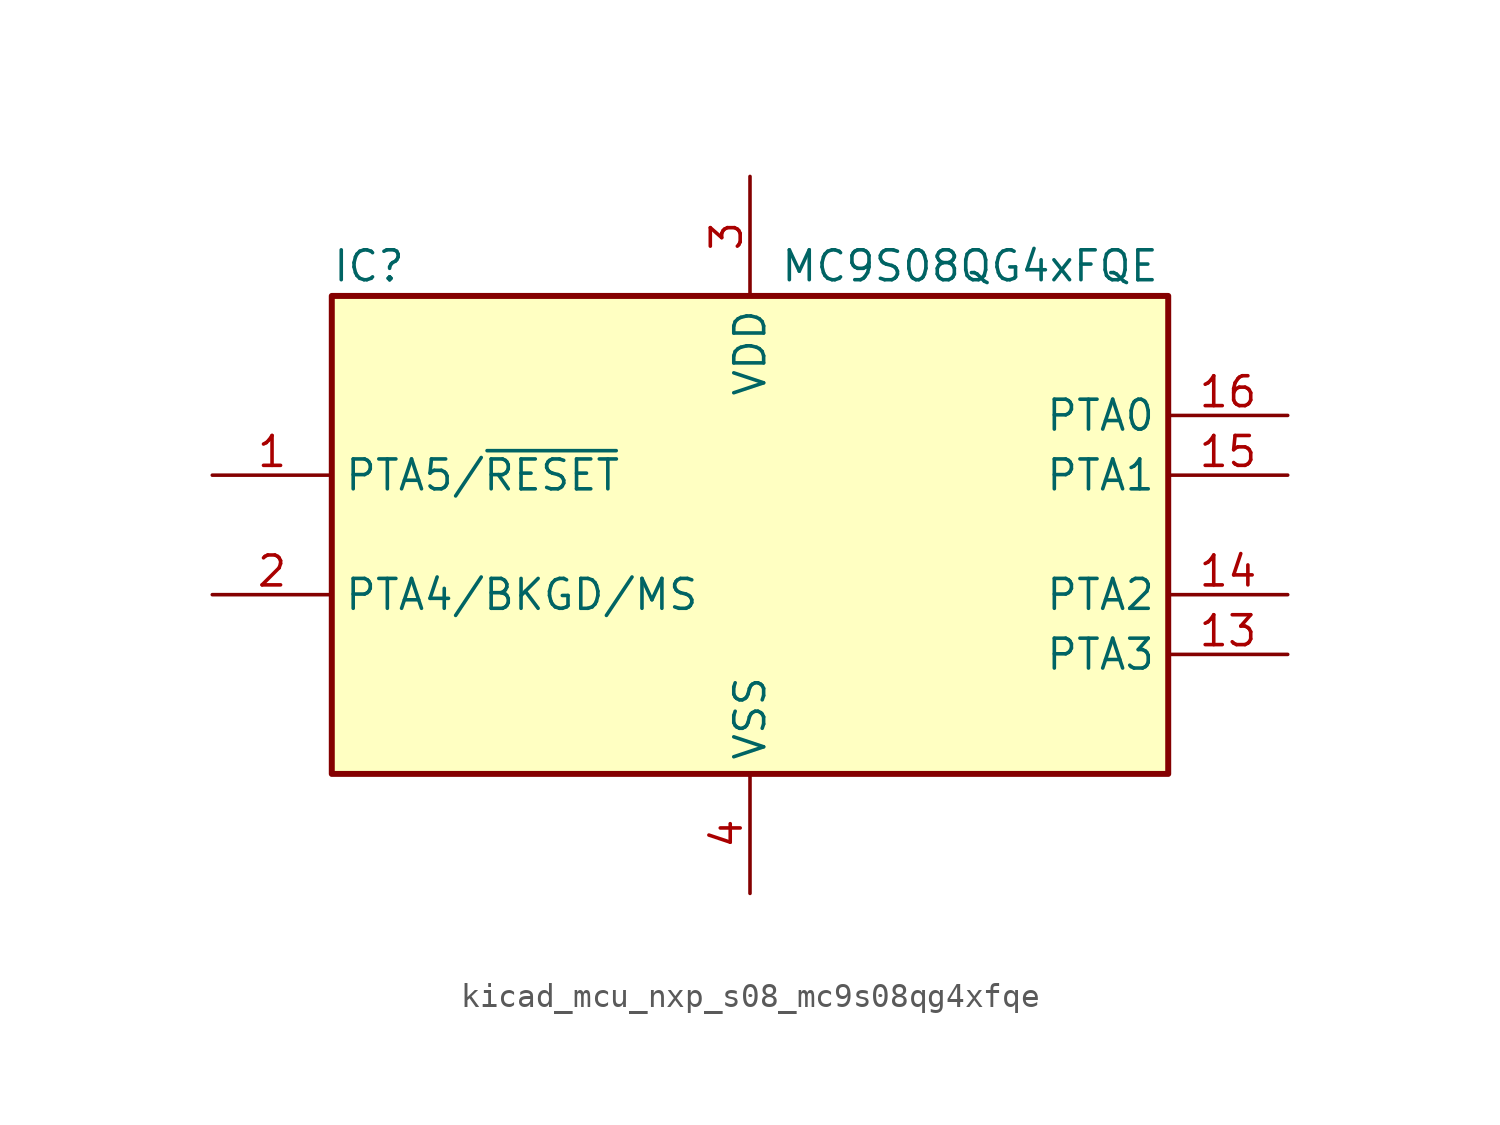
<source format=kicad_sym>
(kicad_symbol_lib
  (version 20220914)
  (generator kicad_symbol_editor)
  (symbol "kicad_mcu_nxp_s08_mc9s08qg4xfqe"
    (property "Reference" "IC"
      (at -17.78 11.43 0)
      (effects (font (size 1.27 1.27)) (justify left)))
    (property "Value" "MC9S08QG4xFQE"
      (at 1.27 11.43 0)
      (effects (font (size 1.27 1.27)) (justify left)))
    (symbol "kicad_mcu_nxp_s08_mc9s08qg4xfqe_0_1"
      (rectangle (start -17.78 10.16) (end 17.78 -10.16) (stroke (width 0.254) (type default)) (fill (type background))))
    (symbol "kicad_mcu_nxp_s08_mc9s08qg4xfqe_1_1"
      (pin bidirectional line (at -22.86 2.54 0) (length 5.08) (name "PTA5/~{RESET}" (effects (font (size 1.27 1.27)))) (number "1" (effects (font (size 1.27 1.27)))))
      (pin bidirectional line (at 22.86 -5.08 180) (length 5.08) (name "PTA3" (effects (font (size 1.27 1.27)))) (number "13" (effects (font (size 1.27 1.27)))))
      (pin bidirectional line (at 22.86 -2.54 180) (length 5.08) (name "PTA2" (effects (font (size 1.27 1.27)))) (number "14" (effects (font (size 1.27 1.27)))))
      (pin bidirectional line (at 22.86 2.54 180) (length 5.08) (name "PTA1" (effects (font (size 1.27 1.27)))) (number "15" (effects (font (size 1.27 1.27)))))
      (pin bidirectional line (at 22.86 5.08 180) (length 5.08) (name "PTA0" (effects (font (size 1.27 1.27)))) (number "16" (effects (font (size 1.27 1.27)))))
      (pin bidirectional line (at -22.86 -2.54 0) (length 5.08) (name "PTA4/BKGD/MS" (effects (font (size 1.27 1.27)))) (number "2" (effects (font (size 1.27 1.27)))))
      (pin power_in line (at 0 15.24 270) (length 5.08) (name "VDD" (effects (font (size 1.27 1.27)))) (number "3" (effects (font (size 1.27 1.27)))))
      (pin power_in line (at 0 -15.24 90) (length 5.08) (name "VSS" (effects (font (size 1.27 1.27)))) (number "4" (effects (font (size 1.27 1.27))))))))
</source>
